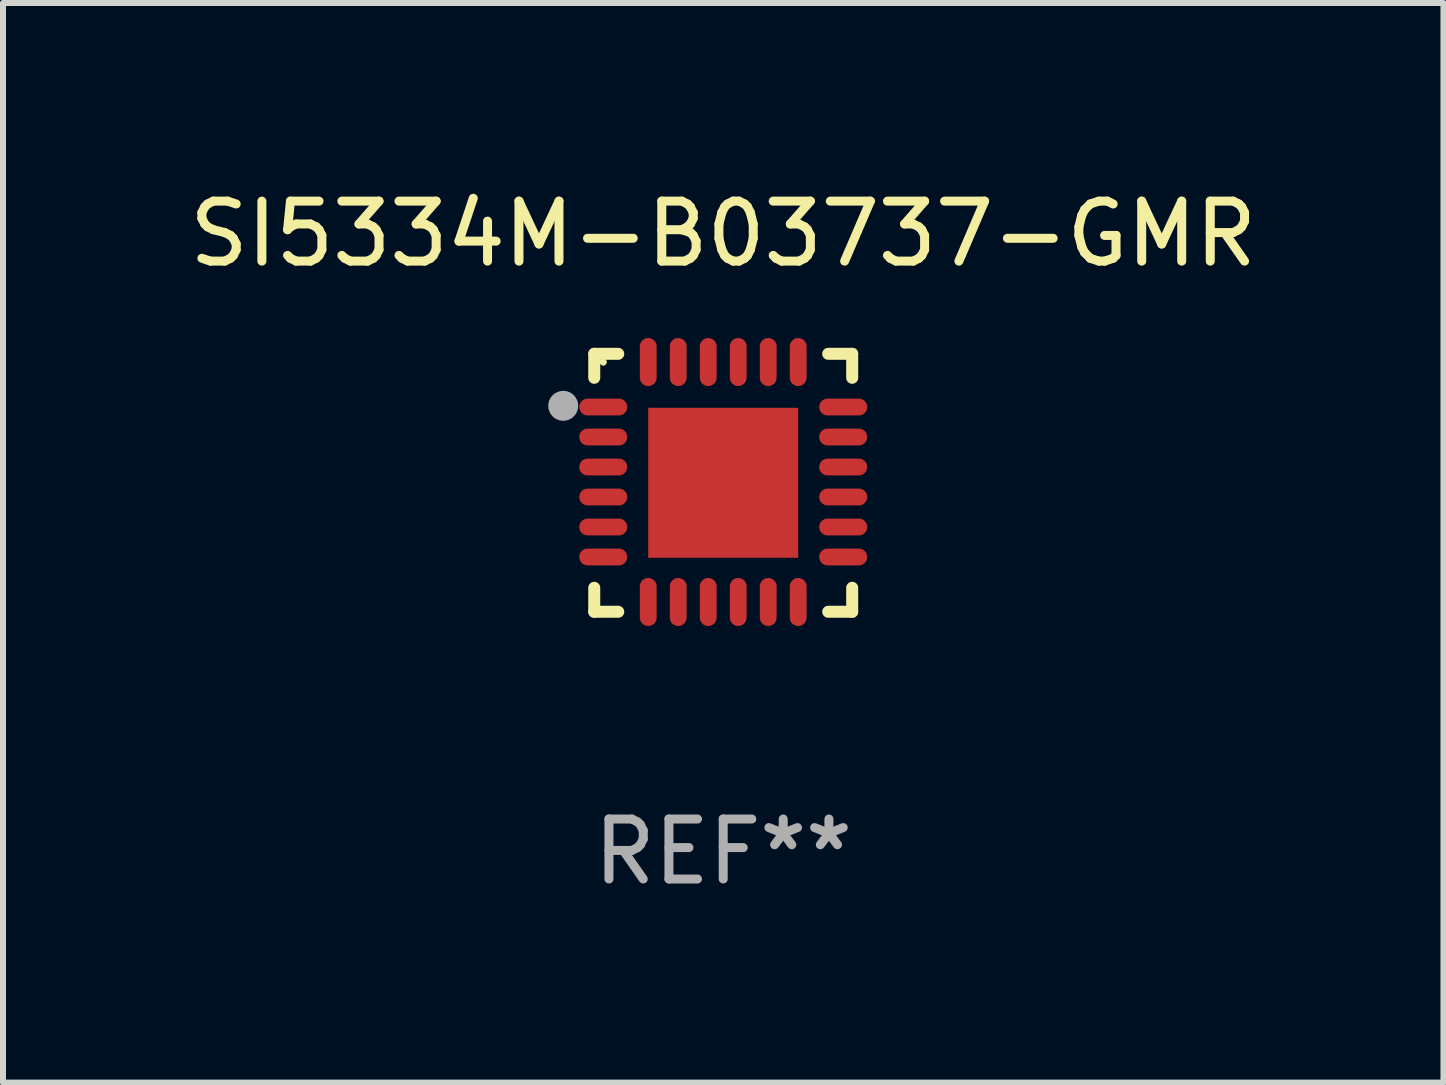
<source format=kicad_pcb>
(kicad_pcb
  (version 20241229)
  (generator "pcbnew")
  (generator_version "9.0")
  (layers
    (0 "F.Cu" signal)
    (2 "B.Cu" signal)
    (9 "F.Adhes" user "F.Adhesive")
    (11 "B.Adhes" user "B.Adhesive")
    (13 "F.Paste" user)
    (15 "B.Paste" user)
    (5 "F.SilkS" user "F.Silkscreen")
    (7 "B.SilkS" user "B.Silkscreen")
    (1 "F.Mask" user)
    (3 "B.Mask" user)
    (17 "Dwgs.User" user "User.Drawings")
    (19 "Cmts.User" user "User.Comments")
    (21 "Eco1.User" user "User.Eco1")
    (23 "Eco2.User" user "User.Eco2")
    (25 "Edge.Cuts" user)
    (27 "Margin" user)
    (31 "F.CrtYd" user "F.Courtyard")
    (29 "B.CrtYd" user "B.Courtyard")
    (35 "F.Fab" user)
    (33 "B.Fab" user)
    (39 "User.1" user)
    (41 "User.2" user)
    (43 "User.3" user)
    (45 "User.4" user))
  (footprint "SI5334M-B03737-GMR"
    (layer "F.Cu")
    (at 9.006 4.998)
    (property "Reference" "SI5334M-B03737-GMR" (at 0 -4.15 0) (layer "F.SilkS") (effects (font (size 1 1) (thickness 0.15))))
    (attr through_hole)
    (fp_line (start -2.15 -2.15) (end -1.75 -2.15) (stroke (width 0.2) (type solid)) (layer "F.SilkS"))
    (fp_line (start -2.15 -1.75) (end -2.15 -2.15) (stroke (width 0.2) (type solid)) (layer "F.SilkS"))
    (fp_line (start -2.15 2.15) (end -2.15 1.75) (stroke (width 0.2) (type solid)) (layer "F.SilkS"))
    (fp_line (start -1.75 2.15) (end -2.15 2.15) (stroke (width 0.2) (type solid)) (layer "F.SilkS"))
    (fp_line (start 1.75 -2.15) (end 2.15 -2.15) (stroke (width 0.2) (type solid)) (layer "F.SilkS"))
    (fp_line (start 1.75 2.15) (end 2.15 2.15) (stroke (width 0.2) (type solid)) (layer "F.SilkS"))
    (fp_line (start 2.15 -2.15) (end 2.15 -1.75) (stroke (width 0.2) (type solid)) (layer "F.SilkS"))
    (fp_line (start 2.15 2.15) (end 2.15 1.75) (stroke (width 0.2) (type solid)) (layer "F.SilkS"))
    (fp_circle (center -2 -2.013) (end -1.97 -2.013) (stroke (width 0.06) (type solid)) (fill no) (layer "F.SilkS"))
    (fp_circle (center -2.667 -1.283) (end -2.542 -1.283) (stroke (width 0.25) (type solid)) (fill no) (layer "F.Fab"))
    (fp_text user "REF**" (at 0 6.15 0) (layer "F.Fab") (effects (font (size 1 1) (thickness 0.15))))
    (pad "1" smd oval (at -2 -1.263) (size 0.8 0.28) (layers "F.Cu" "F.Mask" "F.Paste"))
    (pad "2" smd oval (at -2 -0.763) (size 0.8 0.28) (layers "F.Cu" "F.Mask" "F.Paste"))
    (pad "3" smd oval (at -2 -0.263) (size 0.8 0.28) (layers "F.Cu" "F.Mask" "F.Paste"))
    (pad "4" smd oval (at -2 0.237) (size 0.8 0.28) (layers "F.Cu" "F.Mask" "F.Paste"))
    (pad "5" smd oval (at -2 0.737) (size 0.8 0.28) (layers "F.Cu" "F.Mask" "F.Paste"))
    (pad "6" smd oval (at -2 1.237) (size 0.8 0.28) (layers "F.Cu" "F.Mask" "F.Paste"))
    (pad "7" smd oval (at -1.25 1.987) (size 0.28 0.8) (layers "F.Cu" "F.Mask" "F.Paste"))
    (pad "8" smd oval (at -0.75 1.987) (size 0.28 0.8) (layers "F.Cu" "F.Mask" "F.Paste"))
    (pad "9" smd oval (at -0.25 1.987) (size 0.28 0.8) (layers "F.Cu" "F.Mask" "F.Paste"))
    (pad "10" smd oval (at 0.25 1.987) (size 0.28 0.8) (layers "F.Cu" "F.Mask" "F.Paste"))
    (pad "11" smd oval (at 0.75 1.987) (size 0.28 0.8) (layers "F.Cu" "F.Mask" "F.Paste"))
    (pad "12" smd oval (at 1.25 1.987) (size 0.28 0.8) (layers "F.Cu" "F.Mask" "F.Paste"))
    (pad "13" smd oval (at 2 1.237) (size 0.8 0.28) (layers "F.Cu" "F.Mask" "F.Paste"))
    (pad "14" smd oval (at 2 0.737) (size 0.8 0.28) (layers "F.Cu" "F.Mask" "F.Paste"))
    (pad "15" smd oval (at 2 0.237) (size 0.8 0.28) (layers "F.Cu" "F.Mask" "F.Paste"))
    (pad "16" smd oval (at 2 -0.263) (size 0.8 0.28) (layers "F.Cu" "F.Mask" "F.Paste"))
    (pad "17" smd oval (at 2 -0.763) (size 0.8 0.28) (layers "F.Cu" "F.Mask" "F.Paste"))
    (pad "18" smd oval (at 2 -1.263) (size 0.8 0.28) (layers "F.Cu" "F.Mask" "F.Paste"))
    (pad "19" smd oval (at 1.25 -2.013) (size 0.28 0.8) (layers "F.Cu" "F.Mask" "F.Paste"))
    (pad "20" smd oval (at 0.75 -2.013) (size 0.28 0.8) (layers "F.Cu" "F.Mask" "F.Paste"))
    (pad "21" smd oval (at 0.25 -2.013) (size 0.28 0.8) (layers "F.Cu" "F.Mask" "F.Paste"))
    (pad "22" smd oval (at -0.25 -2.013) (size 0.28 0.8) (layers "F.Cu" "F.Mask" "F.Paste"))
    (pad "23" smd oval (at -0.75 -2.013) (size 0.28 0.8) (layers "F.Cu" "F.Mask" "F.Paste"))
    (pad "24" smd oval (at -1.25 -2.013) (size 0.28 0.8) (layers "F.Cu" "F.Mask" "F.Paste"))
    (pad "25" smd rect (at -0.000127 -0.00014) (size 2.5 2.5) (layers "F.Cu" "F.Mask" "F.Paste")))
  (gr_rect
    (start -3 -3)
    (end 21.012 14.997)
    (stroke (width 0.1) (type default))
    (fill no)
    (layer "Edge.Cuts")))
</source>
